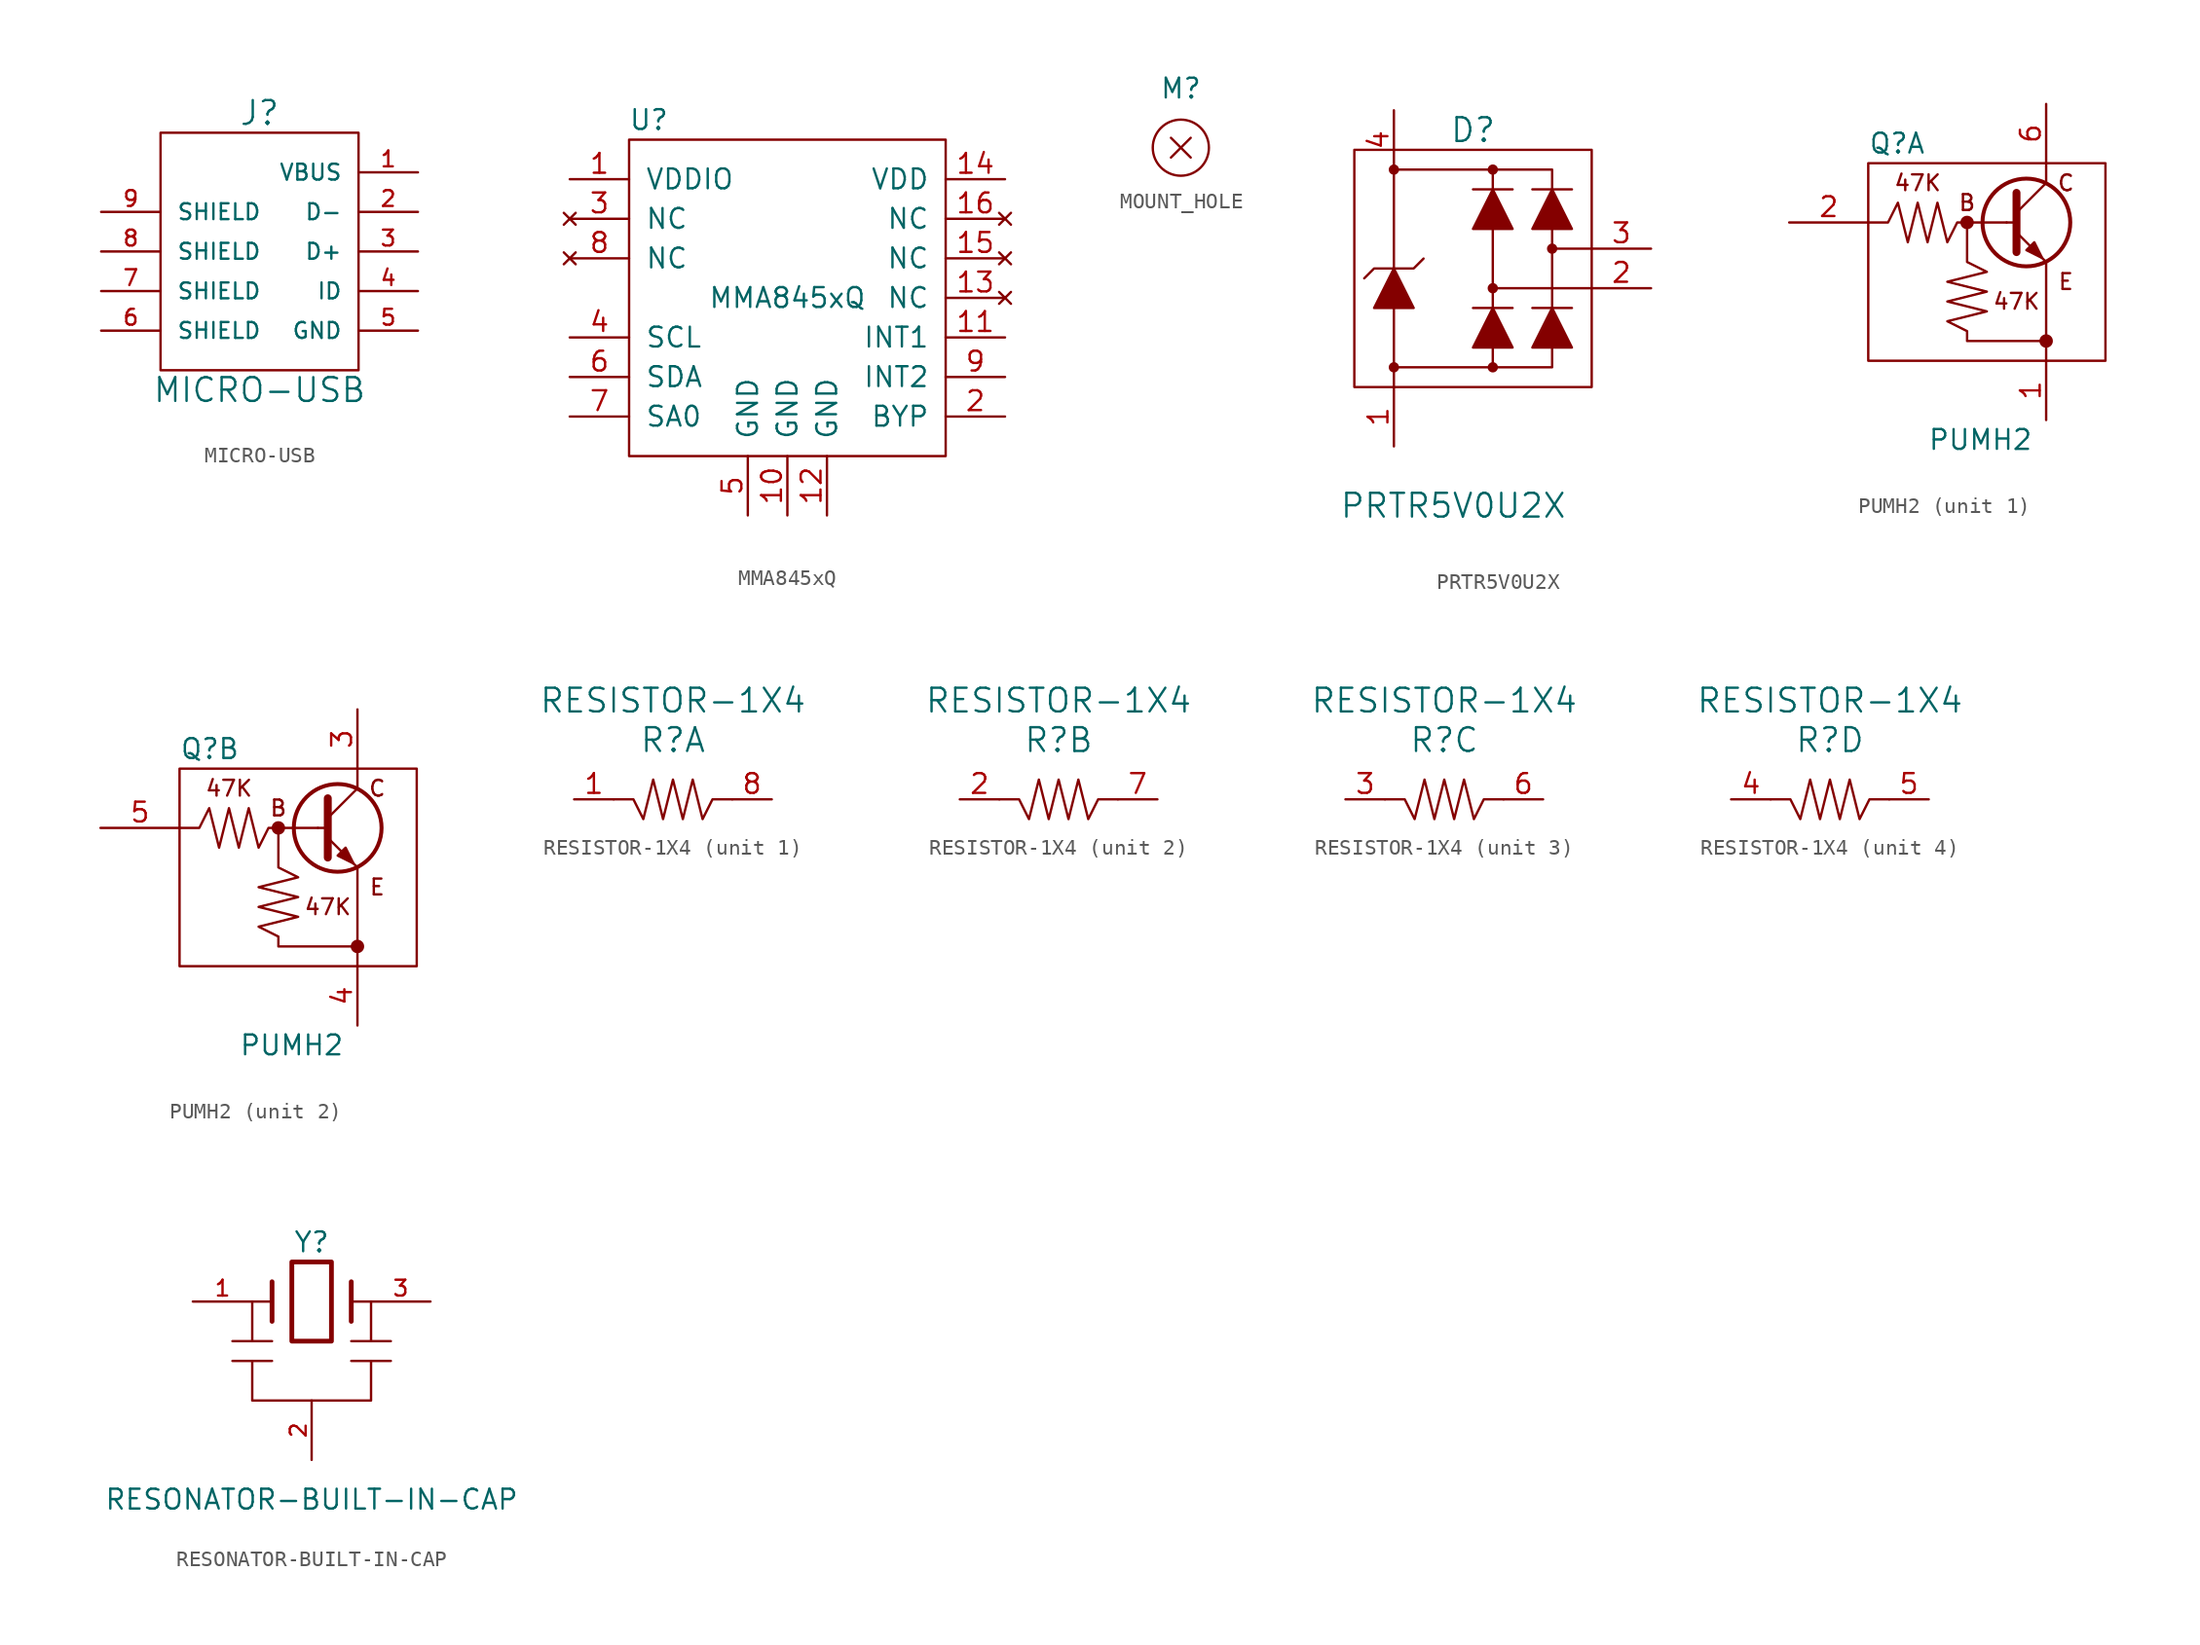
<source format=kicad_sym>
(kicad_symbol_lib
  (version 20211014)
  (generator kicad_symbol_editor)
  (symbol "MICRO-USB"
    (pin_names
      (offset 1.016))
    (property "Reference" "J"
      (at 0 8.89 0)
      (effects (font (size 1.524 1.524))))
    (property "Value" "MICRO-USB"
      (at 0 -8.89 0)
      (effects (font (size 1.524 1.524))))
    (property "Datasheet" ""
      (at 1.27 5.08 0)
      (effects (font (size 1.524 1.524))))
    (symbol "MICRO-USB_0_0"
      (rectangle (start -6.35 -7.62) (end 6.35 7.62) (stroke (width 0) (type default) (color 0 0 0 0)) (fill (type none))))
    (symbol "MICRO-USB_1_1"
      (pin input line (at 10.16 5.08 180) (length 3.81) (name "VBUS" (effects (font (size 1.016 1.016)))) (number "1" (effects (font (size 1.016 1.016)))))
      (pin input line (at 10.16 2.54 180) (length 3.81) (name "D-" (effects (font (size 1.016 1.016)))) (number "2" (effects (font (size 1.016 1.016)))))
      (pin input line (at 10.16 0 180) (length 3.81) (name "D+" (effects (font (size 1.016 1.016)))) (number "3" (effects (font (size 1.016 1.016)))))
      (pin input line (at 10.16 -2.54 180) (length 3.81) (name "ID" (effects (font (size 1.016 1.016)))) (number "4" (effects (font (size 1.016 1.016)))))
      (pin input line (at 10.16 -5.08 180) (length 3.81) (name "GND" (effects (font (size 1.016 1.016)))) (number "5" (effects (font (size 1.016 1.016)))))
      (pin input line (at -10.16 -5.08 0) (length 3.81) (name "SHIELD" (effects (font (size 1.016 1.016)))) (number "6" (effects (font (size 1.016 1.016)))))
      (pin input line (at -10.16 -2.54 0) (length 3.81) (name "SHIELD" (effects (font (size 1.016 1.016)))) (number "7" (effects (font (size 1.016 1.016)))))
      (pin input line (at -10.16 0 0) (length 3.81) (name "SHIELD" (effects (font (size 1.016 1.016)))) (number "8" (effects (font (size 1.016 1.016)))))
      (pin input line (at -10.16 2.54 0) (length 3.81) (name "SHIELD" (effects (font (size 1.016 1.016)))) (number "9" (effects (font (size 1.016 1.016)))))))
  (symbol "MMA845xQ"
    (pin_names
      (offset 1.016))
    (property "Reference" "U"
      (at -8.89 11.43 0)
      (effects (font (size 1.27 1.27))))
    (property "Value" "MMA845xQ"
      (at 0 0 0)
      (effects (font (size 1.27 1.27))))
    (property "Datasheet" ""
      (at 0 2.54 0)
      (effects (font (size 1.27 1.27))))
    (symbol "MMA845xQ_0_1"
      (rectangle (start -10.16 10.16) (end 10.16 -10.16) (stroke (width 0) (type default) (color 0 0 0 0)) (fill (type none))))
    (symbol "MMA845xQ_1_1"
      (pin power_in line (at -13.97 7.62 0) (length 3.81) (name "VDDIO" (effects (font (size 1.27 1.27)))) (number "1" (effects (font (size 1.27 1.27)))))
      (pin power_in line (at 0 -13.97 90) (length 3.81) (name "GND" (effects (font (size 1.27 1.27)))) (number "10" (effects (font (size 1.27 1.27)))))
      (pin output line (at 13.97 -2.54 180) (length 3.81) (name "INT1" (effects (font (size 1.27 1.27)))) (number "11" (effects (font (size 1.27 1.27)))))
      (pin power_in line (at 2.54 -13.97 90) (length 3.81) (name "GND" (effects (font (size 1.27 1.27)))) (number "12" (effects (font (size 1.27 1.27)))))
      (pin no_connect line (at 13.97 0 180) (length 3.81) (name "NC" (effects (font (size 1.27 1.27)))) (number "13" (effects (font (size 1.27 1.27)))))
      (pin power_in line (at 13.97 7.62 180) (length 3.81) (name "VDD" (effects (font (size 1.27 1.27)))) (number "14" (effects (font (size 1.27 1.27)))))
      (pin no_connect line (at 13.97 2.54 180) (length 3.81) (name "NC" (effects (font (size 1.27 1.27)))) (number "15" (effects (font (size 1.27 1.27)))))
      (pin no_connect line (at 13.97 5.08 180) (length 3.81) (name "NC" (effects (font (size 1.27 1.27)))) (number "16" (effects (font (size 1.27 1.27)))))
      (pin power_out line (at 13.97 -7.62 180) (length 3.81) (name "BYP" (effects (font (size 1.27 1.27)))) (number "2" (effects (font (size 1.27 1.27)))))
      (pin no_connect line (at -13.97 5.08 0) (length 3.81) (name "NC" (effects (font (size 1.27 1.27)))) (number "3" (effects (font (size 1.27 1.27)))))
      (pin bidirectional line (at -13.97 -2.54 0) (length 3.81) (name "SCL" (effects (font (size 1.27 1.27)))) (number "4" (effects (font (size 1.27 1.27)))))
      (pin power_in line (at -2.54 -13.97 90) (length 3.81) (name "GND" (effects (font (size 1.27 1.27)))) (number "5" (effects (font (size 1.27 1.27)))))
      (pin bidirectional line (at -13.97 -5.08 0) (length 3.81) (name "SDA" (effects (font (size 1.27 1.27)))) (number "6" (effects (font (size 1.27 1.27)))))
      (pin input line (at -13.97 -7.62 0) (length 3.81) (name "SA0" (effects (font (size 1.27 1.27)))) (number "7" (effects (font (size 1.27 1.27)))))
      (pin no_connect line (at -13.97 2.54 0) (length 3.81) (name "NC" (effects (font (size 1.27 1.27)))) (number "8" (effects (font (size 1.27 1.27)))))
      (pin output line (at 13.97 -5.08 180) (length 3.81) (name "INT2" (effects (font (size 1.27 1.27)))) (number "9" (effects (font (size 1.27 1.27)))))))
  (symbol "MOUNT_HOLE"
    (pin_names
      (offset 1.016))
    (property "Reference" "M"
      (at 0 3.81 0)
      (effects (font (size 1.27 1.27))))
    (property "Datasheet" ""
      (at 0 0 0)
      (effects (font (size 1.27 1.27))))
    (symbol "MOUNT_HOLE_0_1"
      (polyline (pts (xy 0.635 -0.635) (xy -0.635 0.635)) (stroke (width 0) (type default) (color 0 0 0 0)) (fill (type none)))
      (polyline (pts (xy 0.635 0.635) (xy -0.635 -0.635)) (stroke (width 0) (type default) (color 0 0 0 0)) (fill (type none)))
      (circle (center 0 0) (radius 1.803) (stroke (width 0) (type default) (color 0 0 0 0)) (fill (type none)))))
  (symbol "PRTR5V0U2X"
    (pin_names
      (offset 1.016))
    (property "Reference" "D"
      (at 1.27 8.89 0)
      (effects (font (size 1.524 1.524))))
    (property "Value" "PRTR5V0U2X"
      (at 0 -15.24 0)
      (effects (font (size 1.524 1.524))))
    (property "Datasheet" ""
      (at -3.81 0 0)
      (effects (font (size 1.524 1.524))))
    (symbol "PRTR5V0U2X_0_1"
      (rectangle (start -6.35 7.62) (end 8.89 -7.62) (stroke (width 0) (type default) (color 0 0 0 0)) (fill (type none)))
      (circle (center -3.81 -6.35) (radius 0.254) (stroke (width 0) (type default) (color 0 0 0 0)) (fill (type outline)))
      (circle (center -3.81 6.35) (radius 0.254) (stroke (width 0) (type default) (color 0 0 0 0)) (fill (type outline)))
      (polyline (pts (xy -3.81 -7.62) (xy -3.81 -2.54)) (stroke (width 0) (type default) (color 0 0 0 0)) (fill (type none)))
      (polyline (pts (xy -3.81 6.35) (xy -3.81 0)) (stroke (width 0) (type default) (color 0 0 0 0)) (fill (type none)))
      (polyline (pts (xy 1.27 -2.54) (xy 3.81 -2.54)) (stroke (width 0) (type default) (color 0 0 0 0)) (fill (type none)))
      (polyline (pts (xy 1.27 5.08) (xy 3.81 5.08)) (stroke (width 0) (type default) (color 0 0 0 0)) (fill (type none)))
      (polyline (pts (xy 2.54 -6.35) (xy -3.81 -6.35)) (stroke (width 0) (type default) (color 0 0 0 0)) (fill (type none)))
      (polyline (pts (xy 2.54 2.54) (xy 2.54 -2.54)) (stroke (width 0) (type default) (color 0 0 0 0)) (fill (type none)))
      (polyline (pts (xy 2.54 6.35) (xy -3.81 6.35)) (stroke (width 0) (type default) (color 0 0 0 0)) (fill (type none)))
      (polyline (pts (xy 5.08 -2.54) (xy 7.62 -2.54)) (stroke (width 0) (type default) (color 0 0 0 0)) (fill (type none)))
      (polyline (pts (xy 5.08 5.08) (xy 7.62 5.08)) (stroke (width 0) (type default) (color 0 0 0 0)) (fill (type none)))
      (polyline (pts (xy 6.35 1.27) (xy 8.89 1.27)) (stroke (width 0) (type default) (color 0 0 0 0)) (fill (type none)))
      (polyline (pts (xy 6.35 2.54) (xy 6.35 -2.54)) (stroke (width 0) (type default) (color 0 0 0 0)) (fill (type none)))
      (polyline (pts (xy 8.89 -1.27) (xy 2.54 -1.27)) (stroke (width 0) (type default) (color 0 0 0 0)) (fill (type none)))
      (polyline (pts (xy -5.715 -0.635) (xy -5.08 0) (xy -2.54 0) (xy -1.905 0.635)) (stroke (width 0) (type default) (color 0 0 0 0)) (fill (type none)))
      (polyline (pts (xy -3.81 0) (xy -5.08 -2.54) (xy -2.54 -2.54) (xy -3.81 0)) (stroke (width 0) (type default) (color 0 0 0 0)) (fill (type outline)))
      (polyline (pts (xy 2.54 -5.08) (xy 2.54 -6.35) (xy 6.35 -6.35) (xy 6.35 -5.08)) (stroke (width 0) (type default) (color 0 0 0 0)) (fill (type none)))
      (polyline (pts (xy 2.54 -2.54) (xy 1.27 -5.08) (xy 3.81 -5.08) (xy 2.54 -2.54)) (stroke (width 0) (type default) (color 0 0 0 0)) (fill (type outline)))
      (polyline (pts (xy 2.54 5.08) (xy 1.27 2.54) (xy 3.81 2.54) (xy 2.54 5.08)) (stroke (width 0) (type default) (color 0 0 0 0)) (fill (type outline)))
      (polyline (pts (xy 2.54 5.08) (xy 2.54 6.35) (xy 6.35 6.35) (xy 6.35 5.08)) (stroke (width 0) (type default) (color 0 0 0 0)) (fill (type none)))
      (polyline (pts (xy 6.35 -2.54) (xy 5.08 -5.08) (xy 7.62 -5.08) (xy 6.35 -2.54)) (stroke (width 0) (type default) (color 0 0 0 0)) (fill (type outline)))
      (polyline (pts (xy 6.35 5.08) (xy 5.08 2.54) (xy 7.62 2.54) (xy 6.35 5.08)) (stroke (width 0) (type default) (color 0 0 0 0)) (fill (type outline)))
      (circle (center 2.54 -6.35) (radius 0.254) (stroke (width 0) (type default) (color 0 0 0 0)) (fill (type outline)))
      (circle (center 2.54 -1.27) (radius 0.254) (stroke (width 0) (type default) (color 0 0 0 0)) (fill (type outline)))
      (circle (center 2.54 6.35) (radius 0.254) (stroke (width 0) (type default) (color 0 0 0 0)) (fill (type outline)))
      (circle (center 6.35 1.27) (radius 0.254) (stroke (width 0) (type default) (color 0 0 0 0)) (fill (type outline))))
    (symbol "PRTR5V0U2X_1_1"
      (pin input line (at -3.81 -11.43 90) (length 3.81) (name "~" (effects (font (size 1.27 1.27)))) (number "1" (effects (font (size 1.27 1.27)))))
      (pin input line (at 12.7 -1.27 180) (length 3.81) (name "~" (effects (font (size 1.27 1.27)))) (number "2" (effects (font (size 1.27 1.27)))))
      (pin input line (at 12.7 1.27 180) (length 3.81) (name "~" (effects (font (size 1.27 1.27)))) (number "3" (effects (font (size 1.27 1.27)))))
      (pin input line (at -3.81 10.16 270) (length 3.81) (name "~" (effects (font (size 1.27 1.27)))) (number "4" (effects (font (size 1.27 1.27)))))))
  (symbol "PUMH2"
    (pin_names
      (offset 0) hide)
    (property "Reference" "Q"
      (at -7.62 7.62 0)
      (effects (font (size 1.27 1.27)) (justify left)))
    (property "Value" "PUMH2"
      (at -3.81 -11.43 0)
      (effects (font (size 1.27 1.27)) (justify left)))
    (property "Datasheet" ""
      (at 1.27 2.54 0)
      (effects (font (size 1.27 1.27)) (justify left)))
    (symbol "PUMH2_0_0"
      (polyline (pts (xy 3.81 -6.35) (xy 3.81 -5.08)) (stroke (width 0) (type default) (color 0 0 0 0)) (fill (type none)))
      (polyline (pts (xy 3.81 5.08) (xy 3.81 6.35)) (stroke (width 0) (type default) (color 0 0 0 0)) (fill (type none)))
      (text "47K" (at -4.445 5.08 0) (effects (font (size 1.016 1.016))))
      (text "47K" (at 1.905 -2.54 0) (effects (font (size 1.016 1.016))))
      (text "B" (at -1.27 3.81 0) (effects (font (size 1.016 1.016))))
      (text "C" (at 5.08 5.08 0) (effects (font (size 1.016 1.016))))
      (text "E" (at 5.08 -1.27 0) (effects (font (size 1.016 1.016)))))
    (symbol "PUMH2_0_1"
      (rectangle (start -7.62 6.35) (end 7.62 -6.35) (stroke (width 0) (type default) (color 0 0 0 0)) (fill (type none)))
      (circle (center -1.27 2.54) (radius 0.356) (stroke (width 0) (type default) (color 0 0 0 0)) (fill (type outline)))
      (polyline (pts (xy 1.27 2.54) (xy -1.27 2.54)) (stroke (width 0) (type default) (color 0 0 0 0)) (fill (type none)))
      (polyline (pts (xy 1.27 2.54) (xy 1.905 2.54)) (stroke (width 0) (type default) (color 0 0 0 0)) (fill (type none)))
      (polyline (pts (xy 1.905 3.175) (xy 3.81 5.08)) (stroke (width 0) (type default) (color 0 0 0 0)) (fill (type none)))
      (polyline (pts (xy 3.81 -5.08) (xy 3.81 0)) (stroke (width 0) (type default) (color 0 0 0 0)) (fill (type none)))
      (polyline (pts (xy 1.905 1.905) (xy 3.81 0) (xy 3.81 0)) (stroke (width 0) (type default) (color 0 0 0 0)) (fill (type none)))
      (polyline (pts (xy 1.905 4.445) (xy 1.905 0.635) (xy 1.905 0.635)) (stroke (width 0.508) (type default) (color 0 0 0 0)) (fill (type none)))
      (polyline (pts (xy 2.54 0.762) (xy 3.048 1.27) (xy 3.556 0.254) (xy 2.54 0.762) (xy 2.54 0.762)) (stroke (width 0) (type default) (color 0 0 0 0)) (fill (type outline)))
      (polyline (pts (xy -7.62 2.54) (xy -6.35 2.54) (xy -5.715 3.81) (xy -5.08 1.27) (xy -4.445 3.81) (xy -3.81 1.27) (xy -3.175 3.81) (xy -2.54 1.27) (xy -1.905 2.54) (xy -1.27 2.54) (xy -1.27 0) (xy 0 -0.635) (xy -2.54 -1.27) (xy 0 -1.905) (xy -2.54 -2.54) (xy 0 -3.175) (xy -2.54 -3.81) (xy -1.27 -4.445) (xy -1.27 -5.08) (xy 3.81 -5.08)) (stroke (width 0) (type default) (color 0 0 0 0)) (fill (type none)))
      (circle (center 2.54 2.54) (radius 2.819) (stroke (width 0.254) (type default) (color 0 0 0 0)) (fill (type none)))
      (circle (center 3.81 -5.08) (radius 0.356) (stroke (width 0) (type default) (color 0 0 0 0)) (fill (type outline))))
    (symbol "PUMH2_1_1"
      (pin passive line (at 3.81 -10.16 90) (length 3.81) (name "E" (effects (font (size 1.27 1.27)))) (number "1" (effects (font (size 1.27 1.27)))))
      (pin input line (at -12.7 2.54 0) (length 5.08) (name "B" (effects (font (size 1.27 1.27)))) (number "2" (effects (font (size 1.27 1.27)))))
      (pin passive line (at 3.81 10.16 270) (length 3.81) (name "C" (effects (font (size 1.27 1.27)))) (number "6" (effects (font (size 1.27 1.27))))))
    (symbol "PUMH2_2_1"
      (pin passive line (at 3.81 10.16 270) (length 3.81) (name "C" (effects (font (size 1.27 1.27)))) (number "3" (effects (font (size 1.27 1.27)))))
      (pin passive line (at 3.81 -10.16 90) (length 3.81) (name "E" (effects (font (size 1.27 1.27)))) (number "4" (effects (font (size 1.27 1.27)))))
      (pin input line (at -12.7 2.54 0) (length 5.08) (name "B" (effects (font (size 1.27 1.27)))) (number "5" (effects (font (size 1.27 1.27)))))))
  (symbol "RESISTOR-1X4"
    (pin_names
      (offset 1.016))
    (property "Reference" "R"
      (at 0 3.81 0)
      (effects (font (size 1.524 1.524))))
    (property "Value" "RESISTOR-1X4"
      (at 0 6.35 0)
      (effects (font (size 1.524 1.524))))
    (property "Datasheet" ""
      (at 0 0 0)
      (effects (font (size 1.524 1.524))))
    (symbol "RESISTOR-1X4_0_1"
      (polyline (pts (xy -3.81 0) (xy -2.54 0) (xy -1.905 -1.27) (xy -1.27 1.27) (xy -0.635 -1.27) (xy 0 1.27) (xy 0.635 -1.27) (xy 1.27 1.27) (xy 1.905 -1.27) (xy 2.54 0) (xy 3.81 0)) (stroke (width 0) (type default) (color 0 0 0 0)) (fill (type none))))
    (symbol "RESISTOR-1X4_1_1"
      (pin passive line (at -6.35 0 0) (length 2.54) (name "~" (effects (font (size 1.27 1.27)))) (number "1" (effects (font (size 1.27 1.27)))))
      (pin passive line (at 6.35 0 180) (length 2.54) (name "~" (effects (font (size 1.27 1.27)))) (number "8" (effects (font (size 1.27 1.27))))))
    (symbol "RESISTOR-1X4_2_1"
      (pin passive line (at -6.35 0 0) (length 2.54) (name "~" (effects (font (size 1.27 1.27)))) (number "2" (effects (font (size 1.27 1.27)))))
      (pin passive line (at 6.35 0 180) (length 2.54) (name "~" (effects (font (size 1.27 1.27)))) (number "7" (effects (font (size 1.27 1.27))))))
    (symbol "RESISTOR-1X4_3_1"
      (pin passive line (at -6.35 0 0) (length 2.54) (name "~" (effects (font (size 1.27 1.27)))) (number "3" (effects (font (size 1.27 1.27)))))
      (pin passive line (at 6.35 0 180) (length 2.54) (name "~" (effects (font (size 1.27 1.27)))) (number "6" (effects (font (size 1.27 1.27))))))
    (symbol "RESISTOR-1X4_4_1"
      (pin passive line (at -6.35 0 0) (length 2.54) (name "~" (effects (font (size 1.27 1.27)))) (number "4" (effects (font (size 1.27 1.27)))))
      (pin passive line (at 6.35 0 180) (length 2.54) (name "~" (effects (font (size 1.27 1.27)))) (number "5" (effects (font (size 1.27 1.27)))))))
  (symbol "RESONATOR-BUILT-IN-CAP"
    (pin_names
      (offset 1.016) hide)
    (property "Reference" "Y"
      (at 0 3.81 0)
      (effects (font (size 1.27 1.27))))
    (property "Value" "RESONATOR-BUILT-IN-CAP"
      (at 0 -12.7 0)
      (effects (font (size 1.27 1.27))))
    (property "Datasheet" ""
      (at 0 0 0)
      (effects (font (size 1.524 1.524))))
    (symbol "RESONATOR-BUILT-IN-CAP_0_1"
      (rectangle (start -1.27 2.54) (end 1.27 -2.54) (stroke (width 0.305) (type default) (color 0 0 0 0)) (fill (type none)))
      (polyline (pts (xy -5.08 -2.54) (xy -2.54 -2.54)) (stroke (width 0) (type default) (color 0 0 0 0)) (fill (type none)))
      (polyline (pts (xy -3.81 0) (xy -2.54 0)) (stroke (width 0) (type default) (color 0 0 0 0)) (fill (type none)))
      (polyline (pts (xy -2.54 -1.27) (xy -2.54 1.27)) (stroke (width 0.305) (type default) (color 0 0 0 0)) (fill (type none)))
      (polyline (pts (xy 2.54 -3.81) (xy 5.08 -3.81)) (stroke (width 0) (type default) (color 0 0 0 0)) (fill (type none)))
      (polyline (pts (xy 2.54 -2.54) (xy 5.08 -2.54)) (stroke (width 0) (type default) (color 0 0 0 0)) (fill (type none)))
      (polyline (pts (xy 2.54 -1.27) (xy 2.54 1.27)) (stroke (width 0.305) (type default) (color 0 0 0 0)) (fill (type none)))
      (polyline (pts (xy 3.81 0) (xy 2.54 0)) (stroke (width 0) (type default) (color 0 0 0 0)) (fill (type none)))
      (polyline (pts (xy 3.81 0) (xy 3.81 -2.54)) (stroke (width 0) (type default) (color 0 0 0 0)) (fill (type none)))
      (polyline (pts (xy -5.08 -3.81) (xy -3.81 -3.81) (xy -2.54 -3.81)) (stroke (width 0) (type default) (color 0 0 0 0)) (fill (type none)))
      (polyline (pts (xy -3.81 0) (xy -3.81 -1.27) (xy -3.81 -2.54)) (stroke (width 0) (type default) (color 0 0 0 0)) (fill (type none)))
      (polyline (pts (xy 3.81 -3.81) (xy 3.81 -6.35) (xy -3.81 -6.35) (xy -3.81 -3.81)) (stroke (width 0) (type default) (color 0 0 0 0)) (fill (type none))))
    (symbol "RESONATOR-BUILT-IN-CAP_1_1"
      (pin passive line (at -7.62 0 0) (length 3.81) (name "1" (effects (font (size 1.016 1.016)))) (number "1" (effects (font (size 1.016 1.016)))))
      (pin passive line (at 0 -10.16 90) (length 3.81) (name "2" (effects (font (size 1.016 1.016)))) (number "2" (effects (font (size 1.016 1.016)))))
      (pin passive line (at 7.62 0 180) (length 3.81) (name "~" (effects (font (size 1.016 1.016)))) (number "3" (effects (font (size 1.016 1.016))))))))
</source>
